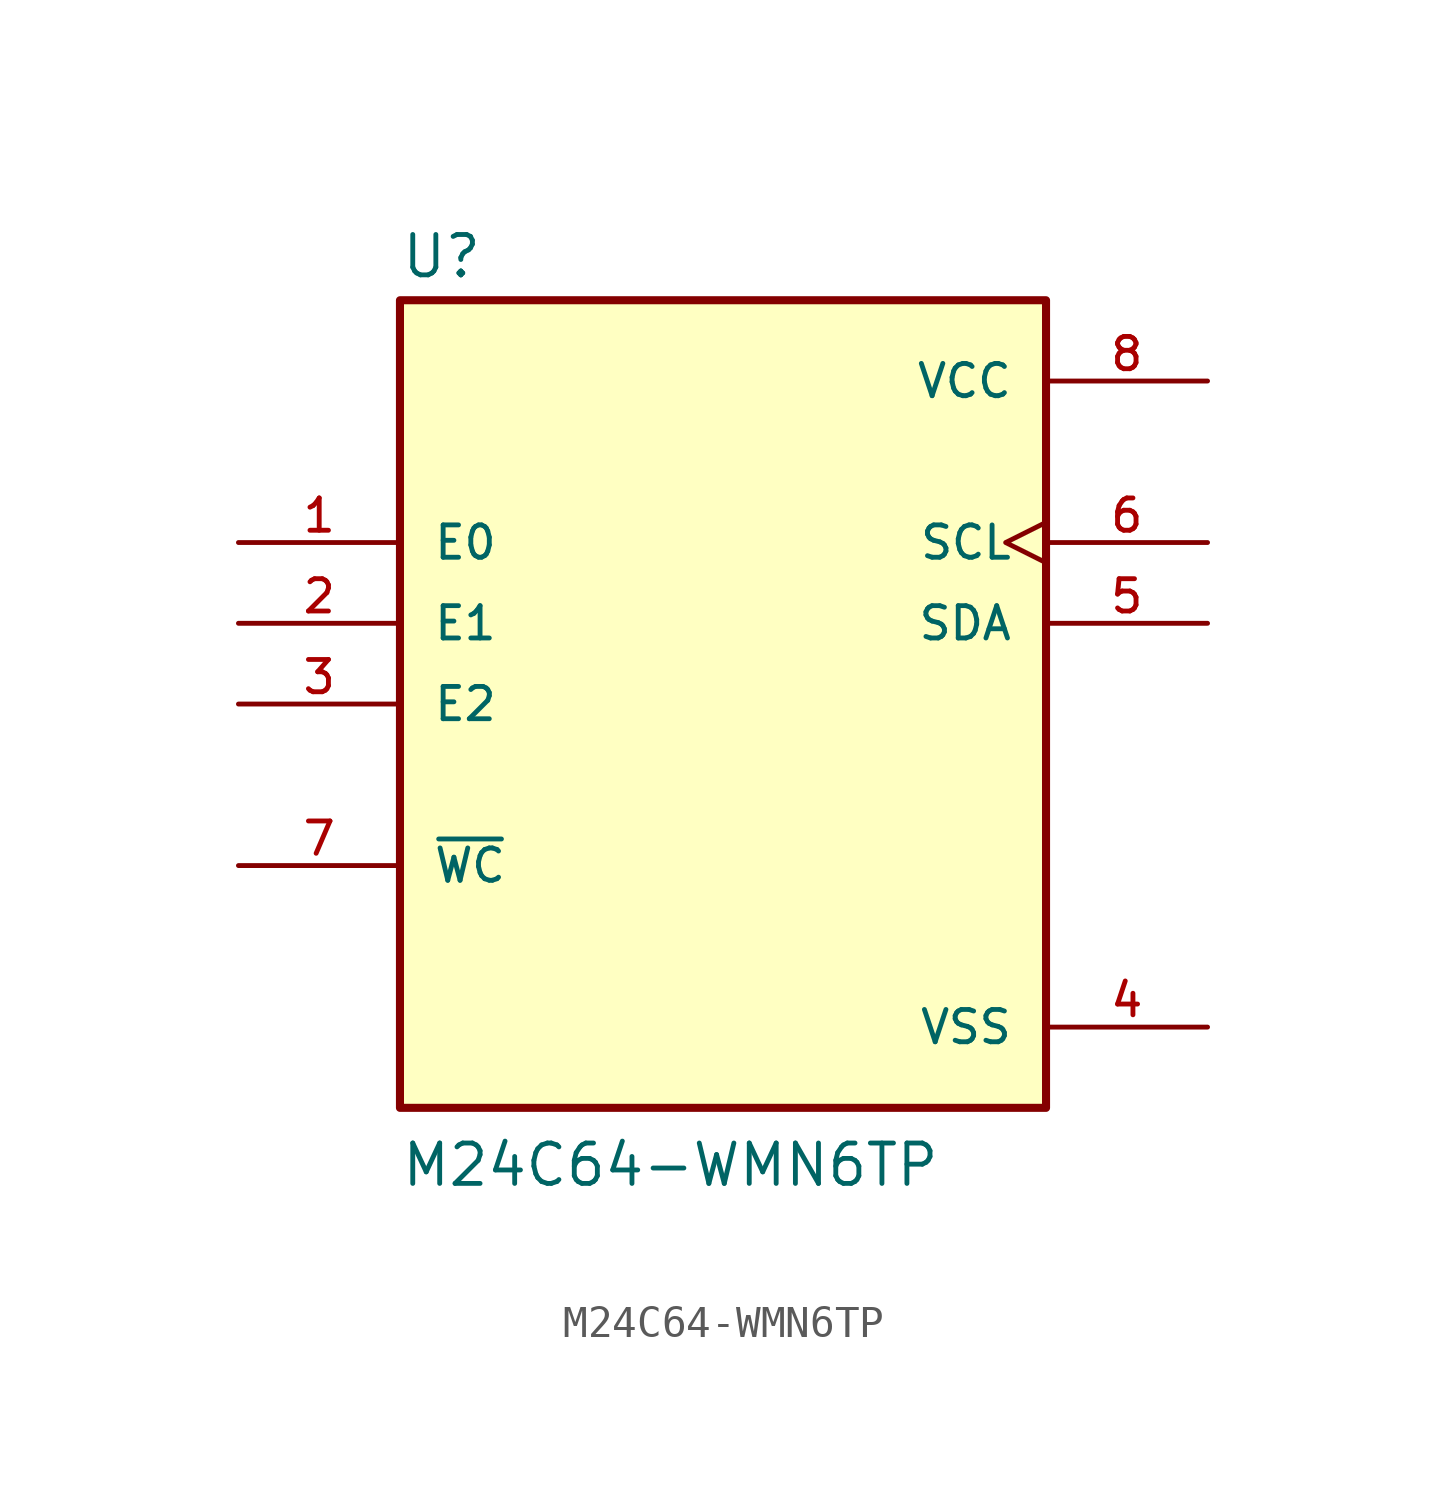
<source format=kicad_sym>
(kicad_symbol_lib
  (version 20211014)
  (generator kicad_symbol_editor)
  (symbol "M24C64-WMN6TP"
    (pin_names
      (offset 1.016))
    (property "Reference" "U"
      (at -10.16 13.335 0)
      (effects (font (size 1.27 1.27)) (justify bottom left)))
    (property "Value" "M24C64-WMN6TP"
      (at -10.16 -15.24 0)
      (effects (font (size 1.27 1.27)) (justify bottom left)))
    (symbol "M24C64-WMN6TP_0_0"
      (rectangle (start -10.16 -12.7) (end 10.16 12.7) (stroke (width 0.254)) (fill (type background)))
      (pin input line (at -15.24 5.08 0) (length 5.08) (name "E0" (effects (font (size 1.016 1.016)))) (number "1" (effects (font (size 1.016 1.016)))))
      (pin input line (at -15.24 2.54 0) (length 5.08) (name "E1" (effects (font (size 1.016 1.016)))) (number "2" (effects (font (size 1.016 1.016)))))
      (pin input line (at -15.24 0.0 0) (length 5.08) (name "E2" (effects (font (size 1.016 1.016)))) (number "3" (effects (font (size 1.016 1.016)))))
      (pin input line (at -15.24 -5.08 0) (length 5.08) (name "~{WC}" (effects (font (size 1.016 1.016)))) (number "7" (effects (font (size 1.016 1.016)))))
      (pin input clock (at 15.24 5.08 180.0) (length 5.08) (name "SCL" (effects (font (size 1.016 1.016)))) (number "6" (effects (font (size 1.016 1.016)))))
      (pin bidirectional line (at 15.24 2.54 180.0) (length 5.08) (name "SDA" (effects (font (size 1.016 1.016)))) (number "5" (effects (font (size 1.016 1.016)))))
      (pin power_in line (at 15.24 -10.16 180.0) (length 5.08) (name "VSS" (effects (font (size 1.016 1.016)))) (number "4" (effects (font (size 1.016 1.016)))))
      (pin power_in line (at 15.24 10.16 180.0) (length 5.08) (name "VCC" (effects (font (size 1.016 1.016)))) (number "8" (effects (font (size 1.016 1.016))))))))
</source>
